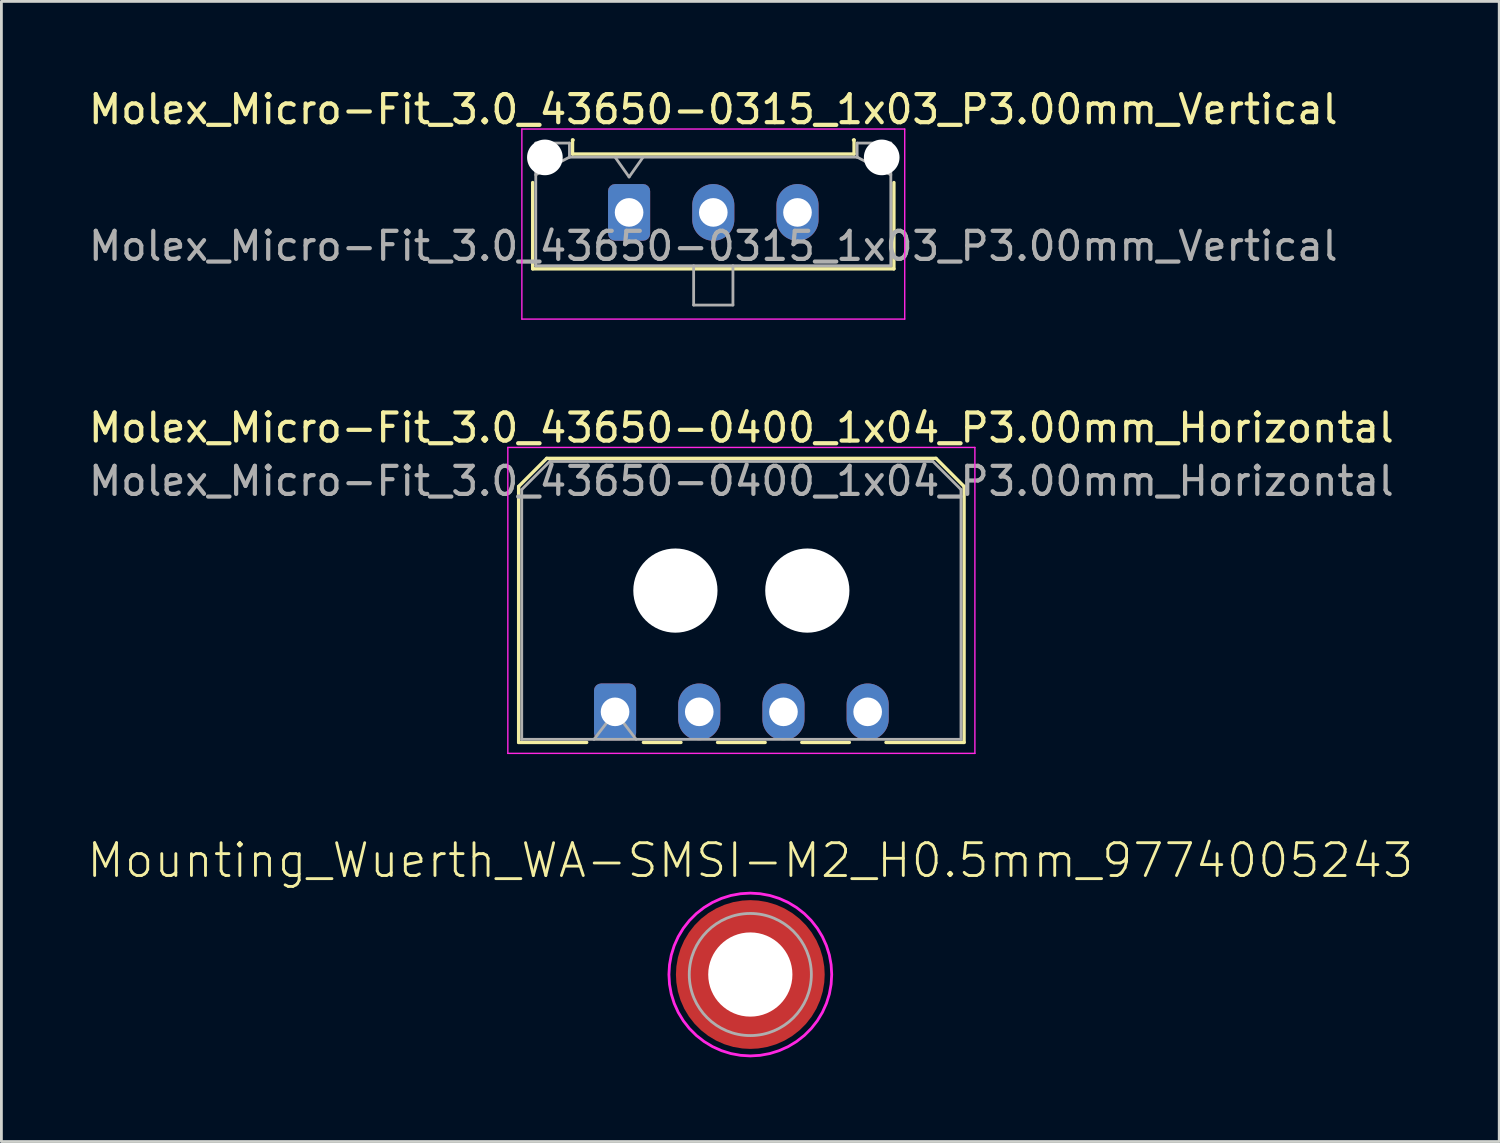
<source format=kicad_pcb>
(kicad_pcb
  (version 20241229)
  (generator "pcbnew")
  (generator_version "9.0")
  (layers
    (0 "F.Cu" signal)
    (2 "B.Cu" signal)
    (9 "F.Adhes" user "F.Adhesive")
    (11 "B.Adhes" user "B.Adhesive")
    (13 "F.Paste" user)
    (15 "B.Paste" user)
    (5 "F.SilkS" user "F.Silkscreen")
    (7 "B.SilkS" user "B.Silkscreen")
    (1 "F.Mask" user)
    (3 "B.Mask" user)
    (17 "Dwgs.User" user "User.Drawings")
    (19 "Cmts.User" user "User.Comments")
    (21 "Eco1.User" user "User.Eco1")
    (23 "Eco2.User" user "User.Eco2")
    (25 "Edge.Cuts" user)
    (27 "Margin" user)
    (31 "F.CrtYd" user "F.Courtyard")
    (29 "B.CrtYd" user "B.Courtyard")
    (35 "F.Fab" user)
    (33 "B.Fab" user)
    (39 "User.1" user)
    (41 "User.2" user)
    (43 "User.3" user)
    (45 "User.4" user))
  (footprint "Molex_Micro-Fit_3.0_43650-0315_1x03_P3.00mm_Vertical"
    (layer "F.Cu")
    (at 19.363 4.518)
    (property "Reference" "Molex_Micro-Fit_3.0_43650-0315_1x03_P3.00mm_Vertical" (at 3 -3.67 0) (layer "F.SilkS") (effects (font (size 1 1) (thickness 0.15))))
    (attr through_hole)
    (fp_line (start -3.435 -1.065) (end -3.435 2.01) (stroke (width 0.12) (type solid)) (layer "F.SilkS"))
    (fp_line (start -3.435 2.01) (end 9.435 2.01) (stroke (width 0.12) (type solid)) (layer "F.SilkS"))
    (fp_line (start -2.015 -2.58) (end -2.015 -2.08) (stroke (width 0.12) (type solid)) (layer "F.SilkS"))
    (fp_line (start -2.015 -2.08) (end 8.015 -2.08) (stroke (width 0.12) (type solid)) (layer "F.SilkS"))
    (fp_line (start -1.995 -2.58) (end -2.015 -2.58) (stroke (width 0.12) (type solid)) (layer "F.SilkS"))
    (fp_line (start 8.015 -2.58) (end 7.995 -2.58) (stroke (width 0.12) (type solid)) (layer "F.SilkS"))
    (fp_line (start 8.015 -2.08) (end 8.015 -2.58) (stroke (width 0.12) (type solid)) (layer "F.SilkS"))
    (fp_line (start 9.435 2.01) (end 9.435 -1.065) (stroke (width 0.12) (type solid)) (layer "F.SilkS"))
    (fp_line (start -3.82 -2.97) (end 9.82 -2.97) (stroke (width 0.05) (type solid)) (layer "F.CrtYd"))
    (fp_line (start -3.82 3.8) (end -3.82 -2.97) (stroke (width 0.05) (type solid)) (layer "F.CrtYd"))
    (fp_line (start 9.82 -2.97) (end 9.82 3.8) (stroke (width 0.05) (type solid)) (layer "F.CrtYd"))
    (fp_line (start 9.82 3.8) (end -3.82 3.8) (stroke (width 0.05) (type solid)) (layer "F.CrtYd"))
    (fp_line (start -3.325 -2.47) (end -3.325 1.9) (stroke (width 0.1) (type solid)) (layer "F.Fab"))
    (fp_line (start -3.325 -1.34) (end -2.125 -1.97) (stroke (width 0.1) (type solid)) (layer "F.Fab"))
    (fp_line (start -3.325 1.9) (end 9.325 1.9) (stroke (width 0.1) (type solid)) (layer "F.Fab"))
    (fp_line (start -2.125 -2.47) (end -3.325 -2.47) (stroke (width 0.1) (type solid)) (layer "F.Fab"))
    (fp_line (start -2.125 -1.97) (end -2.125 -2.47) (stroke (width 0.1) (type solid)) (layer "F.Fab"))
    (fp_line (start -0.5 -1.97) (end 0 -1.263) (stroke (width 0.1) (type solid)) (layer "F.Fab"))
    (fp_line (start 0 -1.263) (end 0.5 -1.97) (stroke (width 0.1) (type solid)) (layer "F.Fab"))
    (fp_line (start 2.3 1.9) (end 2.3 3.3) (stroke (width 0.1) (type solid)) (layer "F.Fab"))
    (fp_line (start 2.3 3.3) (end 3.7 3.3) (stroke (width 0.1) (type solid)) (layer "F.Fab"))
    (fp_line (start 3.7 3.3) (end 3.7 1.9) (stroke (width 0.1) (type solid)) (layer "F.Fab"))
    (fp_line (start 8.125 -2.47) (end 8.125 -1.97) (stroke (width 0.1) (type solid)) (layer "F.Fab"))
    (fp_line (start 8.125 -1.97) (end -2.125 -1.97) (stroke (width 0.1) (type solid)) (layer "F.Fab"))
    (fp_line (start 9.325 -2.47) (end 8.125 -2.47) (stroke (width 0.1) (type solid)) (layer "F.Fab"))
    (fp_line (start 9.325 -1.34) (end 8.125 -1.97) (stroke (width 0.1) (type solid)) (layer "F.Fab"))
    (fp_line (start 9.325 1.9) (end 9.325 -2.47) (stroke (width 0.1) (type solid)) (layer "F.Fab"))
    (fp_text user "${REFERENCE}" (at 3 1.2 0) (layer "F.Fab") (effects (font (size 1 1) (thickness 0.15))))
    (pad "" np_thru_hole circle (at -3 -1.96) (size 1.27 1.27) (drill 1.27) (layers "*.Cu" "*.Mask"))
    (pad "" np_thru_hole circle (at 9 -1.96) (size 1.27 1.27) (drill 1.27) (layers "*.Cu" "*.Mask"))
    (pad "1" thru_hole roundrect (at 0 0) (size 1.5 2.02) (drill 1.02) (layers "*.Cu" "*.Mask") (roundrect_rratio 0.167))
    (pad "2" thru_hole oval (at 3 0) (size 1.5 2.02) (drill 1.02) (layers "*.Cu" "*.Mask"))
    (pad "3" thru_hole oval (at 6 0) (size 1.5 2.02) (drill 1.02) (layers "*.Cu" "*.Mask")))
  (footprint "Molex_Micro-Fit_3.0_43650-0400_1x04_P3.00mm_Horizontal"
    (layer "F.Cu")
    (at 18.863 22.311)
    (property "Reference" "Molex_Micro-Fit_3.0_43650-0400_1x04_P3.00mm_Horizontal" (at 4.5 -10.12 0) (layer "F.SilkS") (effects (font (size 1 1) (thickness 0.15))))
    (attr through_hole)
    (fp_line (start -3.435 -8.03) (end -2.435 -9.03) (stroke (width 0.12) (type solid)) (layer "F.SilkS"))
    (fp_line (start -3.435 1.09) (end -3.435 -8.03) (stroke (width 0.12) (type solid)) (layer "F.SilkS"))
    (fp_line (start -3.435 1.09) (end -1.01 1.09) (stroke (width 0.12) (type solid)) (layer "F.SilkS"))
    (fp_line (start -2.435 -9.03) (end 11.435 -9.03) (stroke (width 0.12) (type solid)) (layer "F.SilkS"))
    (fp_line (start 1.01 1.09) (end 2.348 1.09) (stroke (width 0.12) (type solid)) (layer "F.SilkS"))
    (fp_line (start 3.652 1.09) (end 5.348 1.09) (stroke (width 0.12) (type solid)) (layer "F.SilkS"))
    (fp_line (start 6.652 1.09) (end 8.348 1.09) (stroke (width 0.12) (type solid)) (layer "F.SilkS"))
    (fp_line (start 11.435 -9.03) (end 12.435 -8.03) (stroke (width 0.12) (type solid)) (layer "F.SilkS"))
    (fp_line (start 12.435 -8.03) (end 12.435 1.09) (stroke (width 0.12) (type solid)) (layer "F.SilkS"))
    (fp_line (start 12.435 1.09) (end 9.652 1.09) (stroke (width 0.12) (type solid)) (layer "F.SilkS"))
    (fp_line (start -3.82 -9.42) (end 12.82 -9.42) (stroke (width 0.05) (type solid)) (layer "F.CrtYd"))
    (fp_line (start -3.82 1.48) (end -3.82 -9.42) (stroke (width 0.05) (type solid)) (layer "F.CrtYd"))
    (fp_line (start 12.82 -9.42) (end 12.82 1.48) (stroke (width 0.05) (type solid)) (layer "F.CrtYd"))
    (fp_line (start 12.82 1.48) (end -3.82 1.48) (stroke (width 0.05) (type solid)) (layer "F.CrtYd"))
    (fp_line (start -3.325 -7.92) (end -2.325 -8.92) (stroke (width 0.1) (type solid)) (layer "F.Fab"))
    (fp_line (start -3.325 0.98) (end -3.325 -7.92) (stroke (width 0.1) (type solid)) (layer "F.Fab"))
    (fp_line (start -2.325 -8.92) (end 11.325 -8.92) (stroke (width 0.1) (type solid)) (layer "F.Fab"))
    (fp_line (start -0.75 0.98) (end 0 0) (stroke (width 0.1) (type solid)) (layer "F.Fab"))
    (fp_line (start 0 0) (end 0.75 0.98) (stroke (width 0.1) (type solid)) (layer "F.Fab"))
    (fp_line (start 11.325 -8.92) (end 12.325 -7.92) (stroke (width 0.1) (type solid)) (layer "F.Fab"))
    (fp_line (start 12.325 -7.92) (end 12.325 0.98) (stroke (width 0.1) (type solid)) (layer "F.Fab"))
    (fp_line (start 12.325 0.98) (end -3.325 0.98) (stroke (width 0.1) (type solid)) (layer "F.Fab"))
    (fp_text user "${REFERENCE}" (at 4.5 -8.22 0) (layer "F.Fab") (effects (font (size 1 1) (thickness 0.15))))
    (pad "" np_thru_hole circle (at 2.15 -4.32) (size 3 3) (drill 3) (layers "*.Cu" "*.Mask"))
    (pad "" np_thru_hole circle (at 6.85 -4.32) (size 3 3) (drill 3) (layers "*.Cu" "*.Mask"))
    (pad "1" thru_hole roundrect (at 0 0) (size 1.5 2.02) (drill 1.02) (layers "*.Cu" "*.Mask") (roundrect_rratio 0.167))
    (pad "2" thru_hole oval (at 3 0) (size 1.5 2.02) (drill 1.02) (layers "*.Cu" "*.Mask"))
    (pad "3" thru_hole oval (at 6 0) (size 1.5 2.02) (drill 1.02) (layers "*.Cu" "*.Mask"))
    (pad "4" thru_hole oval (at 9 0) (size 1.5 2.02) (drill 1.02) (layers "*.Cu" "*.Mask")))
  (footprint "Mounting_Wuerth_WA-SMSI-M2_H0.5mm_9774005243"
    (layer "F.Cu")
    (at 23.682 31.67)
    (property "Reference" "Mounting_Wuerth_WA-SMSI-M2_H0.5mm_9774005243" (at 0 -3.38 0) (layer "F.SilkS") (effects (font (size 1.168 1.168) (thickness 0.102)) (justify bottom)))
    (fp_poly (pts (xy -1.505 0.354) (xy -1.485 0.429) (xy -1.455 0.523) (xy -1.415 0.623) (xy -1.351 0.753) (xy -1.306 0.827) (xy -1.251 0.907) (xy -1.201 0.972) (xy -1.141 1.042) (xy -1.022 1.161) (xy -0.967 1.206) (xy -0.887 1.266) (xy -0.812 1.316) (xy -0.743 1.356) (xy -0.643 1.405) (xy -0.573 1.435) (xy -0.508 1.46) (xy -0.429 1.485) (xy -0.354 1.505) (xy -0.295 1.516) (xy -0.295 2.545) (xy -0.361 2.54) (xy -0.426 2.53) (xy -0.511 2.515) (xy -0.601 2.495) (xy -0.676 2.475) (xy -0.751 2.455) (xy -0.827 2.43) (xy -0.897 2.405) (xy -0.972 2.375) (xy -1.042 2.345) (xy -1.117 2.31) (xy -1.167 2.284) (xy -1.252 2.239) (xy -1.323 2.199) (xy -1.393 2.154) (xy -1.468 2.104) (xy -1.563 2.034) (xy -1.658 1.959) (xy -1.718 1.904) (xy -1.788 1.839) (xy -1.849 1.778) (xy -1.909 1.713) (xy -1.959 1.658) (xy -2.014 1.588) (xy -2.064 1.523) (xy -2.114 1.453) (xy -2.164 1.378) (xy -2.204 1.313) (xy -2.249 1.232) (xy -2.289 1.157) (xy -2.33 1.077) (xy -2.365 0.997) (xy -2.395 0.922) (xy -2.42 0.857) (xy -2.45 0.761) (xy -2.48 0.661) (xy -2.505 0.561) (xy -2.52 0.486) (xy -2.53 0.426) (xy -2.54 0.361) (xy -2.545 0.295) (xy -1.516 0.295)) (stroke (width 0) (type default)) (fill yes) (layer "F.Paste"))
    (fp_poly (pts (xy -0.295 -1.516) (xy -0.354 -1.505) (xy -0.429 -1.485) (xy -0.523 -1.455) (xy -0.623 -1.415) (xy -0.753 -1.351) (xy -0.827 -1.306) (xy -0.907 -1.251) (xy -0.972 -1.201) (xy -1.042 -1.141) (xy -1.161 -1.022) (xy -1.206 -0.967) (xy -1.266 -0.887) (xy -1.316 -0.812) (xy -1.356 -0.743) (xy -1.405 -0.643) (xy -1.435 -0.573) (xy -1.46 -0.508) (xy -1.485 -0.429) (xy -1.505 -0.354) (xy -1.516 -0.295) (xy -2.545 -0.295) (xy -2.54 -0.361) (xy -2.53 -0.426) (xy -2.515 -0.511) (xy -2.495 -0.601) (xy -2.475 -0.676) (xy -2.455 -0.751) (xy -2.43 -0.827) (xy -2.405 -0.897) (xy -2.375 -0.972) (xy -2.345 -1.042) (xy -2.31 -1.117) (xy -2.284 -1.167) (xy -2.239 -1.252) (xy -2.199 -1.323) (xy -2.154 -1.393) (xy -2.104 -1.468) (xy -2.034 -1.563) (xy -1.959 -1.658) (xy -1.904 -1.718) (xy -1.839 -1.788) (xy -1.778 -1.849) (xy -1.713 -1.909) (xy -1.658 -1.959) (xy -1.588 -2.014) (xy -1.523 -2.064) (xy -1.453 -2.114) (xy -1.378 -2.164) (xy -1.313 -2.204) (xy -1.232 -2.249) (xy -1.157 -2.289) (xy -1.077 -2.33) (xy -0.997 -2.365) (xy -0.922 -2.395) (xy -0.857 -2.42) (xy -0.761 -2.45) (xy -0.661 -2.48) (xy -0.561 -2.505) (xy -0.486 -2.52) (xy -0.426 -2.53) (xy -0.361 -2.54) (xy -0.295 -2.545)) (stroke (width 0) (type default)) (fill yes) (layer "F.Paste"))
    (fp_poly (pts (xy 0.361 -2.54) (xy 0.426 -2.53) (xy 0.511 -2.515) (xy 0.601 -2.495) (xy 0.676 -2.475) (xy 0.751 -2.455) (xy 0.827 -2.43) (xy 0.897 -2.405) (xy 0.972 -2.375) (xy 1.042 -2.345) (xy 1.117 -2.31) (xy 1.167 -2.284) (xy 1.252 -2.239) (xy 1.323 -2.199) (xy 1.393 -2.154) (xy 1.468 -2.104) (xy 1.563 -2.034) (xy 1.658 -1.959) (xy 1.718 -1.904) (xy 1.788 -1.839) (xy 1.849 -1.778) (xy 1.909 -1.713) (xy 1.959 -1.658) (xy 2.014 -1.588) (xy 2.064 -1.523) (xy 2.114 -1.453) (xy 2.164 -1.378) (xy 2.204 -1.313) (xy 2.249 -1.232) (xy 2.289 -1.157) (xy 2.33 -1.077) (xy 2.365 -0.997) (xy 2.395 -0.922) (xy 2.42 -0.857) (xy 2.45 -0.761) (xy 2.48 -0.661) (xy 2.505 -0.561) (xy 2.52 -0.486) (xy 2.53 -0.426) (xy 2.54 -0.361) (xy 2.545 -0.295) (xy 1.516 -0.295) (xy 1.505 -0.354) (xy 1.485 -0.429) (xy 1.455 -0.523) (xy 1.415 -0.623) (xy 1.351 -0.753) (xy 1.306 -0.827) (xy 1.251 -0.907) (xy 1.201 -0.972) (xy 1.141 -1.042) (xy 1.022 -1.161) (xy 0.967 -1.206) (xy 0.887 -1.266) (xy 0.812 -1.316) (xy 0.743 -1.356) (xy 0.643 -1.405) (xy 0.573 -1.435) (xy 0.508 -1.46) (xy 0.429 -1.485) (xy 0.354 -1.505) (xy 0.295 -1.516) (xy 0.295 -2.545)) (stroke (width 0) (type default)) (fill yes) (layer "F.Paste"))
    (fp_poly (pts (xy 2.54 0.361) (xy 2.53 0.426) (xy 2.515 0.511) (xy 2.495 0.601) (xy 2.475 0.676) (xy 2.455 0.751) (xy 2.43 0.827) (xy 2.405 0.897) (xy 2.375 0.972) (xy 2.345 1.042) (xy 2.31 1.117) (xy 2.284 1.167) (xy 2.239 1.252) (xy 2.199 1.323) (xy 2.154 1.393) (xy 2.104 1.468) (xy 2.034 1.563) (xy 1.959 1.658) (xy 1.904 1.718) (xy 1.839 1.788) (xy 1.778 1.849) (xy 1.713 1.909) (xy 1.658 1.959) (xy 1.588 2.014) (xy 1.523 2.064) (xy 1.453 2.114) (xy 1.378 2.164) (xy 1.313 2.204) (xy 1.232 2.249) (xy 1.157 2.289) (xy 1.077 2.33) (xy 0.997 2.365) (xy 0.922 2.395) (xy 0.857 2.42) (xy 0.761 2.45) (xy 0.661 2.48) (xy 0.561 2.505) (xy 0.486 2.52) (xy 0.426 2.53) (xy 0.361 2.54) (xy 0.295 2.545) (xy 0.295 1.516) (xy 0.354 1.505) (xy 0.429 1.485) (xy 0.523 1.455) (xy 0.623 1.415) (xy 0.753 1.351) (xy 0.827 1.306) (xy 0.907 1.251) (xy 0.972 1.201) (xy 1.042 1.141) (xy 1.161 1.022) (xy 1.206 0.967) (xy 1.266 0.887) (xy 1.316 0.812) (xy 1.356 0.743) (xy 1.405 0.643) (xy 1.435 0.573) (xy 1.46 0.508) (xy 1.485 0.429) (xy 1.505 0.354) (xy 1.516 0.295) (xy 2.545 0.295)) (stroke (width 0) (type default)) (fill yes) (layer "F.Paste"))
    (fp_poly (pts (xy 0.35 -2.879) (xy 0.694 -2.816) (xy 1.028 -2.712) (xy 1.348 -2.568) (xy 1.647 -2.387) (xy 1.923 -2.171) (xy 2.171 -1.923) (xy 2.387 -1.647) (xy 2.568 -1.348) (xy 2.712 -1.028) (xy 2.816 -0.694) (xy 2.879 -0.35) (xy 2.9 0) (xy 2.879 0.35) (xy 2.816 0.694) (xy 2.712 1.028) (xy 2.568 1.348) (xy 2.387 1.647) (xy 2.171 1.923) (xy 1.923 2.171) (xy 1.647 2.387) (xy 1.348 2.568) (xy 1.028 2.712) (xy 0.694 2.816) (xy 0.35 2.879) (xy 0 2.9) (xy -0.35 2.879) (xy -0.694 2.816) (xy -1.028 2.712) (xy -1.348 2.568) (xy -1.647 2.387) (xy -1.923 2.171) (xy -2.171 1.923) (xy -2.387 1.647) (xy -2.568 1.348) (xy -2.712 1.028) (xy -2.816 0.694) (xy -2.879 0.35) (xy -2.9 0) (xy -2.879 -0.35) (xy -2.816 -0.694) (xy -2.712 -1.028) (xy -2.568 -1.348) (xy -2.387 -1.647) (xy -2.171 -1.923) (xy -1.923 -2.171) (xy -1.647 -2.387) (xy -1.348 -2.568) (xy -1.028 -2.712) (xy -0.694 -2.816) (xy -0.35 -2.879) (xy 0 -2.9)) (stroke (width 0.1) (type default)) (fill no) (layer "F.CrtYd"))
    (fp_circle (center 0 0) (end 2.175 0) (stroke (width 0.1) (type solid)) (fill no) (layer "F.Fab"))
    (pad "" np_thru_hole circle (at 0 0) (size 3 3) (drill 3) (layers "*.Cu" "*.Mask"))
    (pad "1" smd roundrect (at 0 0) (size 5.3 5.3) (layers "F.Cu" "F.Mask") (roundrect_rratio 0.5)))
  (gr_rect
    (start -3 -3)
    (end 50.364 37.62)
    (stroke (width 0.1) (type default))
    (fill no)
    (layer "Edge.Cuts")))
</source>
